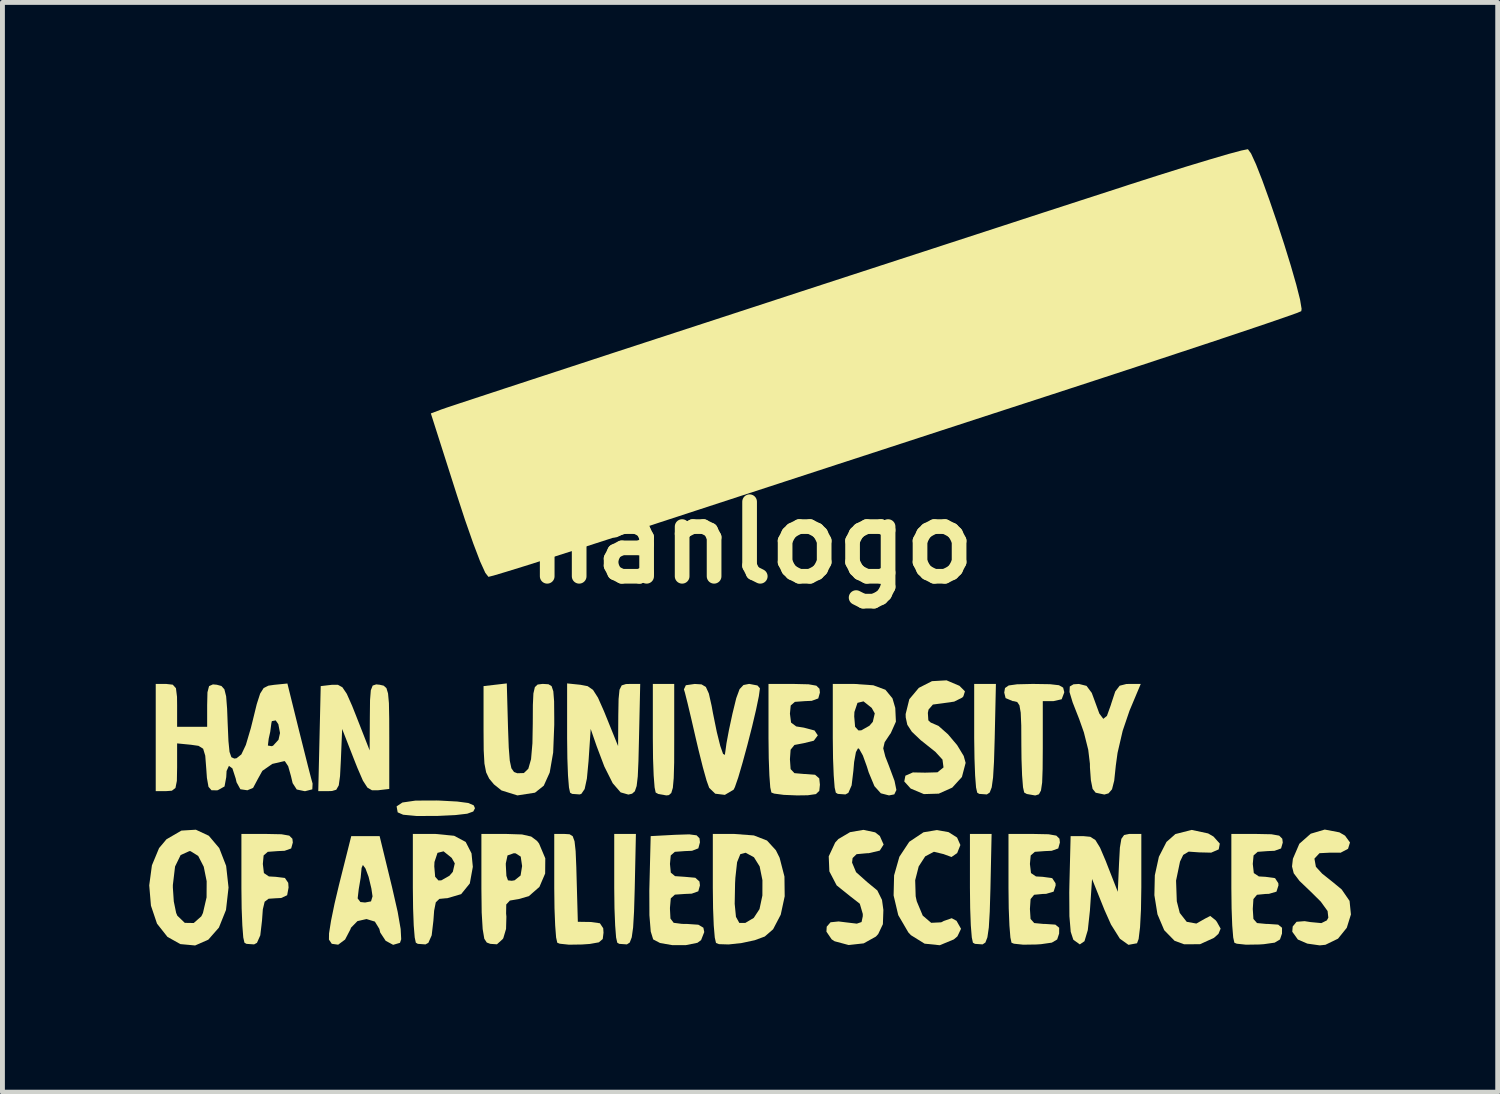
<source format=kicad_pcb>
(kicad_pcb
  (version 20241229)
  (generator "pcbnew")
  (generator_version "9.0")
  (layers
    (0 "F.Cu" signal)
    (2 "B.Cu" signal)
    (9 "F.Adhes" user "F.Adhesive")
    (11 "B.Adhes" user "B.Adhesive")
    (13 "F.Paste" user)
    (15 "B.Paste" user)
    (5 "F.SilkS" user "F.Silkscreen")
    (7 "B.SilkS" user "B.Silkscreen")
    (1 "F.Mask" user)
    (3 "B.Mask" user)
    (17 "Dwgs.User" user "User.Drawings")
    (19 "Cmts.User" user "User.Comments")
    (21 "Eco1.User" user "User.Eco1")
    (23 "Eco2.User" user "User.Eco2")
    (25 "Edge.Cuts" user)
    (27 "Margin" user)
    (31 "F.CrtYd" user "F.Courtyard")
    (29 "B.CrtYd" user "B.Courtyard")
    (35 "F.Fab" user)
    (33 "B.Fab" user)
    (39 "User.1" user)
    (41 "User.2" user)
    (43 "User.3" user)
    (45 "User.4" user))
  (footprint "hanlogo"
    (layer "F.Cu")
    (at 12.307 8.039)
    (property "Reference" "hanlogo" (at 0 0 0) (layer "F.SilkS") (effects (font (size 1.524 1.524) (thickness 0.3))))
    (attr board_only exclude_from_pos_files exclude_from_bom)
    (fp_poly (pts (xy -2.384 7.072) (xy -2.398 7.543) (xy -2.417 7.867) (xy -2.445 8.068) (xy -2.486 8.175) (xy -2.544 8.213) (xy -2.7 8.202) (xy -2.741 8.178) (xy -2.765 8.071) (xy -2.784 7.825) (xy -2.798 7.476) (xy -2.803 7.06) (xy -2.803 7.036) (xy -2.803 5.956) (xy -2.36 5.956)) (stroke (width 0) (type solid)) (fill yes) (layer "F.SilkS"))
    (fp_poly (pts (xy 4.886 7.072) (xy 4.872 7.543) (xy 4.853 7.867) (xy 4.824 8.068) (xy 4.783 8.175) (xy 4.725 8.213) (xy 4.57 8.202) (xy 4.528 8.178) (xy 4.505 8.071) (xy 4.485 7.825) (xy 4.472 7.476) (xy 4.467 7.06) (xy 4.467 7.036) (xy 4.467 5.956) (xy 4.91 5.956)) (stroke (width 0) (type solid)) (fill yes) (layer "F.SilkS"))
    (fp_poly (pts (xy 4.973 4.006) (xy 4.959 4.478) (xy 4.94 4.801) (xy 4.912 5.003) (xy 4.871 5.109) (xy 4.813 5.148) (xy 4.657 5.137) (xy 4.616 5.112) (xy 4.592 5.006) (xy 4.573 4.76) (xy 4.56 4.411) (xy 4.554 3.995) (xy 4.554 3.971) (xy 4.554 2.89) (xy 4.998 2.89)) (stroke (width 0) (type solid)) (fill yes) (layer "F.SilkS"))
    (fp_poly (pts (xy -6.386 5.273) (xy -6.013 5.293) (xy -5.786 5.323) (xy -5.675 5.371) (xy -5.649 5.43) (xy -5.684 5.497) (xy -5.808 5.542) (xy -6.05 5.57) (xy -6.408 5.587) (xy -6.84 5.589) (xy -7.117 5.563) (xy -7.229 5.514) (xy -7.251 5.392) (xy -7.132 5.313) (xy -6.864 5.274) (xy -6.434 5.272)) (stroke (width 0) (type solid)) (fill yes) (layer "F.SilkS"))
    (fp_poly (pts (xy -1.577 4.029) (xy -1.578 4.495) (xy -1.587 4.814) (xy -1.605 5.013) (xy -1.637 5.119) (xy -1.688 5.162) (xy -1.737 5.168) (xy -1.904 5.139) (xy -1.956 5.109) (xy -1.978 5.004) (xy -1.997 4.759) (xy -2.01 4.411) (xy -2.014 3.995) (xy -2.014 3.971) (xy -2.014 2.89) (xy -1.577 2.89)) (stroke (width 0) (type solid)) (fill yes) (layer "F.SilkS"))
    (fp_poly (pts (xy -3.716 5.962) (xy -3.652 6.001) (xy -3.614 6.106) (xy -3.592 6.306) (xy -3.578 6.635) (xy -3.572 6.854) (xy -3.547 7.751) (xy -3.284 7.755) (xy -3.096 7.781) (xy -3.028 7.883) (xy -3.022 7.974) (xy -3.038 8.103) (xy -3.117 8.171) (xy -3.303 8.204) (xy -3.463 8.215) (xy -3.728 8.219) (xy -3.917 8.199) (xy -3.967 8.179) (xy -3.991 8.072) (xy -4.01 7.826) (xy -4.024 7.476) (xy -4.029 7.06) (xy -4.029 7.036) (xy -4.029 5.956) (xy -3.813 5.956)) (stroke (width 0) (type solid)) (fill yes) (layer "F.SilkS"))
    (fp_poly (pts (xy 9.335 5.945) (xy 9.444 6.008) (xy 9.574 6.153) (xy 9.552 6.271) (xy 9.398 6.338) (xy 9.149 6.332) (xy 8.938 6.317) (xy 8.826 6.384) (xy 8.761 6.52) (xy 8.68 6.909) (xy 8.695 7.332) (xy 8.756 7.571) (xy 8.898 7.752) (xy 9.095 7.787) (xy 9.273 7.686) (xy 9.378 7.631) (xy 9.488 7.719) (xy 9.513 7.751) (xy 9.591 7.891) (xy 9.546 7.998) (xy 9.454 8.08) (xy 9.17 8.209) (xy 8.845 8.211) (xy 8.649 8.139) (xy 8.438 7.923) (xy 8.3 7.598) (xy 8.237 7.208) (xy 8.246 6.801) (xy 8.329 6.422) (xy 8.484 6.119) (xy 8.666 5.958) (xy 8.999 5.873)) (stroke (width 0) (type solid)) (fill yes) (layer "F.SilkS"))
    (fp_poly (pts (xy 4.031 5.919) (xy 4.204 6.029) (xy 4.272 6.182) (xy 4.206 6.347) (xy 4.09 6.427) (xy 3.937 6.371) (xy 3.934 6.369) (xy 3.731 6.32) (xy 3.553 6.414) (xy 3.42 6.619) (xy 3.348 6.901) (xy 3.358 7.23) (xy 3.38 7.332) (xy 3.502 7.624) (xy 3.675 7.772) (xy 3.879 7.762) (xy 3.93 7.735) (xy 4.095 7.678) (xy 4.193 7.731) (xy 4.285 7.894) (xy 4.211 8.049) (xy 4.138 8.111) (xy 3.851 8.23) (xy 3.54 8.198) (xy 3.26 8.024) (xy 3.208 7.968) (xy 3.002 7.615) (xy 2.907 7.213) (xy 2.917 6.802) (xy 3.025 6.422) (xy 3.227 6.116) (xy 3.514 5.924) (xy 3.522 5.921) (xy 3.792 5.876)) (stroke (width 0) (type solid)) (fill yes) (layer "F.SilkS"))
    (fp_poly (pts (xy 6.103 2.895) (xy 6.287 2.916) (xy 6.372 2.965) (xy 6.394 3.052) (xy 6.394 3.066) (xy 6.342 3.203) (xy 6.175 3.241) (xy 5.956 3.241) (xy 5.956 4.204) (xy 5.953 4.627) (xy 5.943 4.905) (xy 5.919 5.068) (xy 5.877 5.145) (xy 5.811 5.167) (xy 5.795 5.168) (xy 5.629 5.139) (xy 5.576 5.109) (xy 5.552 5.002) (xy 5.533 4.76) (xy 5.521 4.422) (xy 5.518 4.146) (xy 5.516 3.739) (xy 5.505 3.477) (xy 5.479 3.327) (xy 5.433 3.259) (xy 5.361 3.241) (xy 5.343 3.241) (xy 5.196 3.179) (xy 5.168 3.066) (xy 5.184 2.973) (xy 5.259 2.921) (xy 5.429 2.897) (xy 5.732 2.89) (xy 5.781 2.89)) (stroke (width 0) (type solid)) (fill yes) (layer "F.SilkS"))
    (fp_poly (pts (xy 7.728 3.438) (xy 7.589 3.847) (xy 7.484 4.299) (xy 7.449 4.554) (xy 7.416 4.866) (xy 7.371 5.043) (xy 7.3 5.126) (xy 7.215 5.15) (xy 7.037 5.113) (xy 6.974 5.034) (xy 6.939 4.858) (xy 6.92 4.597) (xy 6.919 4.519) (xy 6.885 4.235) (xy 6.796 3.88) (xy 6.7 3.608) (xy 6.566 3.266) (xy 6.502 3.054) (xy 6.508 2.942) (xy 6.584 2.897) (xy 6.694 2.89) (xy 6.85 2.929) (xy 6.957 3.073) (xy 7.011 3.219) (xy 7.112 3.495) (xy 7.193 3.603) (xy 7.267 3.543) (xy 7.347 3.32) (xy 7.356 3.289) (xy 7.437 3.044) (xy 7.527 2.926) (xy 7.664 2.891) (xy 7.713 2.89) (xy 7.958 2.89)) (stroke (width 0) (type solid)) (fill yes) (layer "F.SilkS"))
    (fp_poly (pts (xy -9.604 5.962) (xy -9.445 5.99) (xy -9.381 6.053) (xy -9.372 6.131) (xy -9.406 6.252) (xy -9.54 6.3) (xy -9.678 6.306) (xy -9.884 6.321) (xy -9.969 6.395) (xy -9.985 6.569) (xy -9.963 6.755) (xy -9.861 6.824) (xy -9.722 6.832) (xy -9.534 6.855) (xy -9.466 6.955) (xy -9.459 7.051) (xy -9.488 7.208) (xy -9.611 7.265) (xy -9.717 7.27) (xy -9.868 7.28) (xy -9.948 7.341) (xy -9.985 7.496) (xy -10.002 7.729) (xy -10.037 8.028) (xy -10.105 8.181) (xy -10.164 8.213) (xy -10.32 8.202) (xy -10.361 8.178) (xy -10.385 8.071) (xy -10.404 7.825) (xy -10.418 7.476) (xy -10.423 7.06) (xy -10.423 7.036) (xy -10.423 5.956) (xy -9.897 5.956)) (stroke (width 0) (type solid)) (fill yes) (layer "F.SilkS"))
    (fp_poly (pts (xy -7.598 2.906) (xy -7.515 2.925) (xy -7.459 2.975) (xy -7.426 3.084) (xy -7.408 3.284) (xy -7.402 3.603) (xy -7.401 3.985) (xy -7.401 5.036) (xy -7.632 5.063) (xy -7.754 5.063) (xy -7.848 5.008) (xy -7.939 4.867) (xy -8.052 4.606) (xy -8.114 4.45) (xy -8.364 3.81) (xy -8.39 4.445) (xy -8.407 4.772) (xy -8.433 4.962) (xy -8.484 5.052) (xy -8.572 5.078) (xy -8.634 5.08) (xy -8.852 5.08) (xy -8.802 2.934) (xy -8.57 2.907) (xy -8.451 2.907) (xy -8.359 2.958) (xy -8.269 3.092) (xy -8.159 3.34) (xy -8.07 3.564) (xy -7.802 4.248) (xy -7.798 3.563) (xy -7.794 3.221) (xy -7.778 3.019) (xy -7.74 2.923) (xy -7.668 2.899)) (stroke (width 0) (type solid)) (fill yes) (layer "F.SilkS"))
    (fp_poly (pts (xy 7.97 7.046) (xy 7.963 7.5) (xy 7.944 7.862) (xy 7.915 8.102) (xy 7.882 8.19) (xy 7.707 8.222) (xy 7.532 8.097) (xy 7.35 7.807) (xy 7.217 7.509) (xy 6.963 6.876) (xy 6.919 7.526) (xy 6.876 7.921) (xy 6.808 8.148) (xy 6.713 8.213) (xy 6.586 8.122) (xy 6.579 8.114) (xy 6.527 7.956) (xy 6.5 7.636) (xy 6.497 7.148) (xy 6.5 6.994) (xy 6.525 6) (xy 6.784 6) (xy 6.927 6.014) (xy 7.031 6.08) (xy 7.126 6.235) (xy 7.245 6.514) (xy 7.266 6.569) (xy 7.489 7.138) (xy 7.515 6.547) (xy 7.532 6.234) (xy 7.562 6.056) (xy 7.618 5.977) (xy 7.718 5.956) (xy 7.755 5.956) (xy 7.97 5.956)) (stroke (width 0) (type solid)) (fill yes) (layer "F.SilkS"))
    (fp_poly (pts (xy -11.089 5.993) (xy -10.876 6.245) (xy -10.735 6.608) (xy -10.686 7.051) (xy -10.738 7.509) (xy -10.883 7.87) (xy -11.1 8.117) (xy -11.369 8.235) (xy -11.671 8.207) (xy -11.935 8.059) (xy -12.148 7.789) (xy -12.272 7.421) (xy -12.303 7.051) (xy -11.824 7.051) (xy -11.805 7.335) (xy -11.757 7.569) (xy -11.733 7.626) (xy -11.58 7.773) (xy -11.397 7.776) (xy -11.242 7.639) (xy -11.209 7.571) (xy -11.135 7.252) (xy -11.133 6.922) (xy -11.193 6.625) (xy -11.306 6.405) (xy -11.462 6.308) (xy -11.485 6.306) (xy -11.665 6.387) (xy -11.779 6.621) (xy -11.824 7) (xy -11.824 7.051) (xy -12.303 7.051) (xy -12.307 7.006) (xy -12.252 6.597) (xy -12.106 6.245) (xy -11.955 6.065) (xy -11.649 5.887) (xy -11.354 5.869)) (stroke (width 0) (type solid)) (fill yes) (layer "F.SilkS"))
    (fp_poly (pts (xy -6.076 5.993) (xy -5.839 6.119) (xy -5.72 6.352) (xy -5.693 6.628) (xy -5.755 6.968) (xy -5.932 7.186) (xy -6.215 7.269) (xy -6.243 7.27) (xy -6.377 7.283) (xy -6.45 7.353) (xy -6.484 7.524) (xy -6.499 7.729) (xy -6.534 8.028) (xy -6.602 8.181) (xy -6.661 8.213) (xy -6.817 8.202) (xy -6.858 8.178) (xy -6.881 8.071) (xy -6.901 7.825) (xy -6.914 7.476) (xy -6.919 7.06) (xy -6.919 7.036) (xy -6.919 6.619) (xy -6.481 6.619) (xy -6.463 6.831) (xy -6.396 6.906) (xy -6.337 6.904) (xy -6.171 6.81) (xy -6.102 6.73) (xy -6.062 6.557) (xy -6.125 6.445) (xy -6.291 6.311) (xy -6.415 6.342) (xy -6.477 6.529) (xy -6.481 6.619) (xy -6.919 6.619) (xy -6.919 5.956) (xy -6.451 5.956)) (stroke (width 0) (type solid)) (fill yes) (layer "F.SilkS"))
    (fp_poly (pts (xy 4.253 2.928) (xy 4.365 3.041) (xy 4.333 3.143) (xy 4.309 3.169) (xy 4.145 3.251) (xy 3.915 3.284) (xy 3.71 3.311) (xy 3.621 3.414) (xy 3.607 3.482) (xy 3.617 3.634) (xy 3.666 3.679) (xy 3.824 3.747) (xy 4.019 3.919) (xy 4.206 4.141) (xy 4.34 4.362) (xy 4.379 4.503) (xy 4.303 4.792) (xy 4.105 5.009) (xy 3.83 5.132) (xy 3.525 5.141) (xy 3.256 5.028) (xy 3.125 4.883) (xy 3.148 4.765) (xy 3.301 4.698) (xy 3.551 4.703) (xy 3.803 4.696) (xy 3.927 4.596) (xy 3.906 4.436) (xy 3.759 4.276) (xy 3.461 4.039) (xy 3.28 3.867) (xy 3.187 3.724) (xy 3.155 3.575) (xy 3.153 3.506) (xy 3.228 3.202) (xy 3.422 2.97) (xy 3.691 2.833) (xy 3.989 2.816)) (stroke (width 0) (type solid)) (fill yes) (layer "F.SilkS"))
    (fp_poly (pts (xy 12.018 5.923) (xy 12.133 5.99) (xy 12.235 6.13) (xy 12.195 6.259) (xy 12.044 6.339) (xy 11.829 6.338) (xy 11.611 6.349) (xy 11.508 6.46) (xy 11.538 6.627) (xy 11.666 6.767) (xy 11.896 6.95) (xy 12.065 7.09) (xy 12.226 7.324) (xy 12.254 7.601) (xy 12.169 7.874) (xy 11.99 8.096) (xy 11.733 8.221) (xy 11.616 8.233) (xy 11.363 8.197) (xy 11.17 8.114) (xy 11.055 7.954) (xy 11.064 7.847) (xy 11.143 7.751) (xy 11.308 7.738) (xy 11.428 7.757) (xy 11.65 7.778) (xy 11.762 7.722) (xy 11.792 7.666) (xy 11.777 7.531) (xy 11.637 7.338) (xy 11.431 7.134) (xy 11.203 6.916) (xy 11.085 6.76) (xy 11.05 6.62) (xy 11.068 6.463) (xy 11.2 6.156) (xy 11.432 5.951) (xy 11.719 5.866)) (stroke (width 0) (type solid)) (fill yes) (layer "F.SilkS"))
    (fp_poly (pts (xy -4.974 3.782) (xy -4.959 4.191) (xy -4.938 4.458) (xy -4.905 4.613) (xy -4.852 4.689) (xy -4.784 4.715) (xy -4.65 4.711) (xy -4.559 4.623) (xy -4.503 4.428) (xy -4.475 4.101) (xy -4.468 3.701) (xy -4.466 3.321) (xy -4.455 3.084) (xy -4.425 2.955) (xy -4.369 2.902) (xy -4.276 2.89) (xy -4.248 2.89) (xy -4.147 2.896) (xy -4.083 2.935) (xy -4.048 3.04) (xy -4.032 3.244) (xy -4.029 3.579) (xy -4.029 3.727) (xy -4.051 4.291) (xy -4.122 4.701) (xy -4.243 4.969) (xy -4.421 5.111) (xy -4.427 5.113) (xy -4.782 5.168) (xy -5.108 5.066) (xy -5.262 4.942) (xy -5.359 4.825) (xy -5.421 4.697) (xy -5.456 4.517) (xy -5.471 4.243) (xy -5.474 3.837) (xy -5.474 3.825) (xy -5.474 2.934) (xy -4.999 2.879)) (stroke (width 0) (type solid)) (fill yes) (layer "F.SilkS"))
    (fp_poly (pts (xy -3.493 2.907) (xy -3.347 2.935) (xy -3.237 3.011) (xy -3.136 3.169) (xy -3.013 3.446) (xy -2.972 3.547) (xy -2.724 4.16) (xy -2.72 3.525) (xy -2.714 3.198) (xy -2.695 3.008) (xy -2.65 2.919) (xy -2.563 2.892) (xy -2.494 2.89) (xy -2.272 2.89) (xy -2.297 4.007) (xy -2.308 4.467) (xy -2.322 4.78) (xy -2.345 4.976) (xy -2.382 5.084) (xy -2.438 5.133) (xy -2.514 5.151) (xy -2.672 5.106) (xy -2.834 4.919) (xy -3.005 4.578) (xy -3.163 4.16) (xy -3.284 3.81) (xy -3.328 4.466) (xy -3.362 4.825) (xy -3.408 5.038) (xy -3.474 5.135) (xy -3.508 5.148) (xy -3.663 5.137) (xy -3.705 5.112) (xy -3.728 5.006) (xy -3.748 4.76) (xy -3.761 4.411) (xy -3.766 3.994) (xy -3.766 3.965) (xy -3.766 2.879)) (stroke (width 0) (type solid)) (fill yes) (layer "F.SilkS"))
    (fp_poly (pts (xy 2.53 5.923) (xy 2.625 5.997) (xy 2.703 6.172) (xy 2.624 6.296) (xy 2.399 6.349) (xy 2.357 6.35) (xy 2.151 6.369) (xy 2.069 6.448) (xy 2.058 6.541) (xy 2.14 6.737) (xy 2.365 6.938) (xy 2.574 7.11) (xy 2.67 7.304) (xy 2.698 7.509) (xy 2.688 7.8) (xy 2.592 8.002) (xy 2.545 8.053) (xy 2.296 8.192) (xy 1.988 8.226) (xy 1.701 8.149) (xy 1.641 8.11) (xy 1.534 7.953) (xy 1.54 7.851) (xy 1.618 7.761) (xy 1.783 7.744) (xy 1.936 7.763) (xy 2.155 7.789) (xy 2.252 7.756) (xy 2.277 7.638) (xy 2.277 7.59) (xy 2.216 7.382) (xy 2.017 7.227) (xy 1.743 7.007) (xy 1.594 6.721) (xy 1.581 6.414) (xy 1.713 6.131) (xy 1.779 6.059) (xy 2.017 5.919) (xy 2.29 5.872)) (stroke (width 0) (type solid)) (fill yes) (layer "F.SilkS"))
    (fp_poly (pts (xy -7.344 7.044) (xy -7.229 7.548) (xy -7.168 7.899) (xy -7.157 8.108) (xy -7.182 8.181) (xy -7.322 8.222) (xy -7.475 8.139) (xy -7.586 7.97) (xy -7.604 7.896) (xy -7.695 7.747) (xy -7.866 7.695) (xy -8.051 7.737) (xy -8.183 7.872) (xy -8.195 7.905) (xy -8.304 8.114) (xy -8.445 8.219) (xy -8.576 8.201) (xy -8.634 8.115) (xy -8.632 7.988) (xy -8.591 7.729) (xy -8.519 7.379) (xy -8.494 7.273) (xy -8.047 7.273) (xy -7.991 7.347) (xy -7.896 7.357) (xy -7.774 7.334) (xy -7.743 7.231) (xy -7.766 7.073) (xy -7.823 6.833) (xy -7.887 6.662) (xy -7.94 6.59) (xy -7.967 6.651) (xy -7.968 6.668) (xy -7.986 6.854) (xy -8.025 7.084) (xy -8.047 7.273) (xy -8.494 7.273) (xy -8.429 6.999) (xy -8.178 6) (xy -7.598 6)) (stroke (width 0) (type solid)) (fill yes) (layer "F.SilkS"))
    (fp_poly (pts (xy 0.051 5.986) (xy 0.319 6.09) (xy 0.501 6.289) (xy 0.577 6.442) (xy 0.676 6.826) (xy 0.681 7.23) (xy 0.6 7.606) (xy 0.444 7.904) (xy 0.274 8.052) (xy 0.068 8.128) (xy -0.199 8.185) (xy -0.464 8.214) (xy -0.662 8.208) (xy -0.723 8.183) (xy -0.748 8.074) (xy -0.769 7.827) (xy -0.783 7.476) (xy -0.784 7.384) (xy -0.341 7.384) (xy -0.315 7.65) (xy -0.246 7.775) (xy -0.125 7.775) (xy 0.049 7.671) (xy 0.166 7.492) (xy 0.225 7.214) (xy 0.226 6.901) (xy 0.169 6.619) (xy 0.054 6.434) (xy 0.047 6.429) (xy -0.117 6.34) (xy -0.226 6.369) (xy -0.292 6.533) (xy -0.327 6.851) (xy -0.333 6.961) (xy -0.341 7.384) (xy -0.784 7.384) (xy -0.788 7.059) (xy -0.788 7.036) (xy -0.788 5.956) (xy -0.345 5.956)) (stroke (width 0) (type solid)) (fill yes) (layer "F.SilkS"))
    (fp_poly (pts (xy -4.688 5.966) (xy -4.5 6.009) (xy -4.381 6.098) (xy -4.34 6.151) (xy -4.212 6.454) (xy -4.215 6.765) (xy -4.332 7.038) (xy -4.548 7.227) (xy -4.753 7.286) (xy -4.936 7.317) (xy -5.01 7.397) (xy -5.013 7.582) (xy -5.007 7.646) (xy -5.014 7.897) (xy -5.07 8.086) (xy -5.084 8.106) (xy -5.2 8.211) (xy -5.336 8.202) (xy -5.408 8.175) (xy -5.459 8.097) (xy -5.492 7.899) (xy -5.512 7.562) (xy -5.518 7.069) (xy -5.518 7.043) (xy -5.518 6.556) (xy -5.019 6.556) (xy -5.019 6.591) (xy -5.007 6.812) (xy -4.975 6.904) (xy -4.897 6.913) (xy -4.839 6.903) (xy -4.717 6.805) (xy -4.686 6.612) (xy -4.714 6.419) (xy -4.818 6.352) (xy -4.857 6.35) (xy -4.984 6.395) (xy -5.019 6.556) (xy -5.518 6.556) (xy -5.518 5.956) (xy -4.997 5.956)) (stroke (width 0) (type solid)) (fill yes) (layer "F.SilkS"))
    (fp_poly (pts (xy 1.169 2.897) (xy 1.328 2.925) (xy 1.392 2.988) (xy 1.401 3.066) (xy 1.367 3.186) (xy 1.233 3.235) (xy 1.095 3.241) (xy 0.889 3.256) (xy 0.804 3.33) (xy 0.788 3.498) (xy 0.811 3.679) (xy 0.916 3.758) (xy 1.073 3.783) (xy 1.291 3.841) (xy 1.358 3.941) (xy 1.276 4.05) (xy 1.073 4.1) (xy 0.88 4.137) (xy 0.802 4.234) (xy 0.788 4.429) (xy 0.802 4.63) (xy 0.88 4.713) (xy 1.075 4.73) (xy 1.095 4.73) (xy 1.302 4.746) (xy 1.387 4.82) (xy 1.401 4.949) (xy 1.388 5.075) (xy 1.32 5.141) (xy 1.154 5.165) (xy 0.934 5.168) (xy 0.662 5.157) (xy 0.466 5.131) (xy 0.409 5.109) (xy 0.386 5.004) (xy 0.368 4.759) (xy 0.355 4.411) (xy 0.35 3.995) (xy 0.35 3.971) (xy 0.35 2.89) (xy 0.876 2.89)) (stroke (width 0) (type solid)) (fill yes) (layer "F.SilkS"))
    (fp_poly (pts (xy -1.119 5.984) (xy -1.06 6.045) (xy -1.051 6.127) (xy -1.084 6.25) (xy -1.213 6.3) (xy -1.358 6.306) (xy -1.564 6.321) (xy -1.648 6.395) (xy -1.664 6.569) (xy -1.647 6.746) (xy -1.56 6.818) (xy -1.358 6.832) (xy -1.146 6.851) (xy -1.061 6.928) (xy -1.051 7.007) (xy -1.085 7.128) (xy -1.219 7.176) (xy -1.358 7.182) (xy -1.563 7.196) (xy -1.647 7.272) (xy -1.664 7.465) (xy -1.664 7.489) (xy -1.654 7.685) (xy -1.588 7.772) (xy -1.417 7.794) (xy -1.314 7.795) (xy -1.083 7.811) (xy -0.981 7.872) (xy -0.963 7.961) (xy -1.028 8.126) (xy -1.102 8.18) (xy -1.339 8.228) (xy -1.618 8.228) (xy -1.866 8.185) (xy -2.007 8.111) (xy -2.057 7.949) (xy -2.084 7.617) (xy -2.086 7.116) (xy -2.083 6.994) (xy -2.058 6) (xy -1.555 5.973) (xy -1.27 5.964)) (stroke (width 0) (type solid)) (fill yes) (layer "F.SilkS"))
    (fp_poly (pts (xy 0.124 2.921) (xy 0.175 2.979) (xy 0.153 3.14) (xy 0.096 3.416) (xy 0.014 3.764) (xy -0.082 4.139) (xy -0.18 4.499) (xy -0.268 4.8) (xy -0.337 4.999) (xy -0.363 5.051) (xy -0.542 5.157) (xy -0.739 5.133) (xy -0.862 5.014) (xy -0.915 4.867) (xy -0.992 4.592) (xy -1.081 4.236) (xy -1.14 3.985) (xy -1.227 3.607) (xy -1.303 3.287) (xy -1.358 3.069) (xy -1.379 3) (xy -1.339 2.916) (xy -1.158 2.89) (xy -1.018 2.899) (xy -0.93 2.952) (xy -0.869 3.086) (xy -0.812 3.339) (xy -0.786 3.482) (xy -0.707 3.871) (xy -0.636 4.156) (xy -0.579 4.319) (xy -0.542 4.34) (xy -0.531 4.265) (xy -0.509 4.103) (xy -0.458 3.83) (xy -0.388 3.504) (xy -0.387 3.499) (xy -0.309 3.18) (xy -0.241 2.996) (xy -0.162 2.912) (xy -0.052 2.89) (xy -0.037 2.89)) (stroke (width 0) (type solid)) (fill yes) (layer "F.SilkS"))
    (fp_poly (pts (xy 6.074 5.962) (xy 6.233 5.99) (xy 6.297 6.053) (xy 6.306 6.131) (xy 6.272 6.252) (xy 6.138 6.3) (xy 6 6.306) (xy 5.794 6.321) (xy 5.709 6.395) (xy 5.693 6.569) (xy 5.715 6.755) (xy 5.817 6.824) (xy 5.956 6.832) (xy 6.148 6.859) (xy 6.216 6.962) (xy 6.219 7.007) (xy 6.177 7.135) (xy 6.024 7.18) (xy 5.956 7.182) (xy 5.779 7.199) (xy 5.707 7.286) (xy 5.693 7.489) (xy 5.706 7.693) (xy 5.781 7.777) (xy 5.971 7.795) (xy 6.006 7.795) (xy 6.213 7.809) (xy 6.291 7.873) (xy 6.29 7.992) (xy 6.25 8.112) (xy 6.141 8.177) (xy 5.918 8.209) (xy 5.821 8.215) (xy 5.556 8.219) (xy 5.367 8.199) (xy 5.317 8.179) (xy 5.294 8.072) (xy 5.274 7.826) (xy 5.26 7.476) (xy 5.255 7.06) (xy 5.255 7.036) (xy 5.255 5.956) (xy 5.781 5.956)) (stroke (width 0) (type solid)) (fill yes) (layer "F.SilkS"))
    (fp_poly (pts (xy 10.629 5.962) (xy 10.787 5.99) (xy 10.851 6.053) (xy 10.861 6.131) (xy 10.826 6.252) (xy 10.693 6.3) (xy 10.554 6.306) (xy 10.348 6.321) (xy 10.264 6.395) (xy 10.248 6.569) (xy 10.269 6.755) (xy 10.372 6.824) (xy 10.51 6.832) (xy 10.703 6.859) (xy 10.77 6.962) (xy 10.773 7.007) (xy 10.732 7.135) (xy 10.578 7.18) (xy 10.51 7.182) (xy 10.334 7.199) (xy 10.261 7.286) (xy 10.248 7.489) (xy 10.261 7.693) (xy 10.335 7.777) (xy 10.525 7.795) (xy 10.56 7.795) (xy 10.767 7.809) (xy 10.846 7.873) (xy 10.845 7.992) (xy 10.804 8.112) (xy 10.696 8.177) (xy 10.472 8.209) (xy 10.376 8.215) (xy 10.11 8.219) (xy 9.921 8.199) (xy 9.872 8.179) (xy 9.848 8.072) (xy 9.828 7.826) (xy 9.815 7.476) (xy 9.81 7.06) (xy 9.81 7.036) (xy 9.81 5.956) (xy 10.335 5.956)) (stroke (width 0) (type solid)) (fill yes) (layer "F.SilkS"))
    (fp_poly (pts (xy 2.492 2.917) (xy 2.74 3.009) (xy 2.884 3.185) (xy 2.941 3.38) (xy 2.954 3.661) (xy 2.849 3.896) (xy 2.825 3.929) (xy 2.724 4.081) (xy 2.695 4.206) (xy 2.738 4.375) (xy 2.809 4.557) (xy 2.926 4.871) (xy 2.964 5.057) (xy 2.921 5.147) (xy 2.813 5.168) (xy 2.646 5.125) (xy 2.515 4.979) (xy 2.398 4.698) (xy 2.36 4.576) (xy 2.279 4.352) (xy 2.204 4.219) (xy 2.18 4.204) (xy 2.137 4.283) (xy 2.1 4.486) (xy 2.085 4.663) (xy 2.049 4.963) (xy 1.982 5.116) (xy 1.923 5.148) (xy 1.767 5.137) (xy 1.726 5.112) (xy 1.702 5.006) (xy 1.683 4.76) (xy 1.669 4.411) (xy 1.664 3.995) (xy 1.664 3.971) (xy 1.664 3.554) (xy 2.102 3.554) (xy 2.12 3.765) (xy 2.188 3.84) (xy 2.246 3.838) (xy 2.413 3.744) (xy 2.482 3.664) (xy 2.522 3.492) (xy 2.459 3.379) (xy 2.292 3.246) (xy 2.169 3.276) (xy 2.106 3.463) (xy 2.102 3.554) (xy 1.664 3.554) (xy 1.664 2.89) (xy 2.108 2.89)) (stroke (width 0) (type solid)) (fill yes) (layer "F.SilkS"))
    (fp_poly (pts (xy 10.15 -8.038) (xy 10.213 -7.951) (xy 10.315 -7.728) (xy 10.444 -7.399) (xy 10.589 -6.997) (xy 10.742 -6.551) (xy 10.891 -6.094) (xy 11.026 -5.657) (xy 11.137 -5.271) (xy 11.214 -4.967) (xy 11.246 -4.776) (xy 11.239 -4.729) (xy 11.145 -4.69) (xy 10.899 -4.603) (xy 10.515 -4.471) (xy 10.008 -4.3) (xy 9.392 -4.094) (xy 8.681 -3.859) (xy 7.89 -3.598) (xy 7.033 -3.317) (xy 6.126 -3.021) (xy 6 -2.98) (xy 4.97 -2.645) (xy 3.897 -2.295) (xy 2.809 -1.94) (xy 1.735 -1.59) (xy 0.7 -1.252) (xy -0.265 -0.937) (xy -1.134 -0.653) (xy -1.88 -0.409) (xy -2.215 -0.299) (xy -2.914 -0.07) (xy -3.563 0.14) (xy -4.142 0.325) (xy -4.631 0.48) (xy -5.013 0.598) (xy -5.267 0.674) (xy -5.374 0.701) (xy -5.374 0.701) (xy -5.438 0.619) (xy -5.544 0.386) (xy -5.685 0.016) (xy -5.856 -0.473) (xy -6.018 -0.969) (xy -6.551 -2.639) (xy -6.339 -2.719) (xy -6.224 -2.759) (xy -5.956 -2.848) (xy -5.549 -2.982) (xy -5.018 -3.157) (xy -4.377 -3.367) (xy -3.639 -3.609) (xy -2.819 -3.878) (xy -1.931 -4.168) (xy -0.988 -4.476) (xy -0.005 -4.797) (xy 1.004 -5.127) (xy 2.025 -5.46) (xy 3.044 -5.792) (xy 4.048 -6.119) (xy 5.021 -6.436) (xy 5.95 -6.739) (xy 6.822 -7.022) (xy 7.621 -7.281) (xy 7.708 -7.31) (xy 8.317 -7.505) (xy 8.875 -7.68) (xy 9.36 -7.827) (xy 9.748 -7.941) (xy 10.017 -8.013) (xy 10.145 -8.039)) (stroke (width 0) (type solid)) (fill yes) (layer "F.SilkS"))
    (fp_poly (pts (xy -9.249 3.827) (xy -9.149 4.225) (xy -9.062 4.571) (xy -8.997 4.822) (xy -8.968 4.927) (xy -8.974 5.044) (xy -9.114 5.08) (xy -9.137 5.08) (xy -9.292 5.047) (xy -9.376 4.917) (xy -9.41 4.773) (xy -9.467 4.571) (xy -9.534 4.47) (xy -9.545 4.467) (xy -9.791 4.524) (xy -9.995 4.666) (xy -10.088 4.834) (xy -10.184 5.014) (xy -10.301 5.063) (xy -10.444 5.042) (xy -10.522 4.9) (xy -10.54 4.822) (xy -10.607 4.616) (xy -10.678 4.564) (xy -10.726 4.669) (xy -10.733 4.795) (xy -10.768 4.985) (xy -10.904 5.061) (xy -10.922 5.064) (xy -11.034 5.063) (xy -11.096 4.992) (xy -11.128 4.81) (xy -11.141 4.626) (xy -11.162 4.356) (xy -11.205 4.214) (xy -11.299 4.155) (xy -11.452 4.133) (xy -11.737 4.105) (xy -11.737 4.593) (xy -11.742 4.871) (xy -11.771 5.016) (xy -11.844 5.072) (xy -11.956 5.08) (xy -12.174 5.08) (xy -12.174 2.89) (xy -11.956 2.89) (xy -11.826 2.905) (xy -11.761 2.977) (xy -11.739 3.153) (xy -11.737 3.328) (xy -11.737 3.766) (xy -11.123 3.766) (xy -11.123 3.322) (xy -11.117 3.061) (xy -11.084 2.934) (xy -11.005 2.899) (xy -10.926 2.906) (xy -10.831 2.932) (xy -10.771 2.999) (xy -10.735 3.143) (xy -10.715 3.4) (xy -10.704 3.691) (xy -10.688 4.057) (xy -10.666 4.278) (xy -10.628 4.387) (xy -10.568 4.415) (xy -10.522 4.408) (xy -10.424 4.33) (xy -10.338 4.149) (xy -9.882 4.149) (xy -9.805 4.162) (xy -9.776 4.152) (xy -9.665 4.031) (xy -9.634 3.893) (xy -9.668 3.712) (xy -9.722 3.635) (xy -9.801 3.65) (xy -9.811 3.695) (xy -9.834 3.869) (xy -9.865 4.008) (xy -9.882 4.149) (xy -10.338 4.149) (xy -10.331 4.133) (xy -10.231 3.795) (xy -10.195 3.651) (xy -10.109 3.301) (xy -10.04 3.087) (xy -9.968 2.973) (xy -9.871 2.925) (xy -9.754 2.908) (xy -9.483 2.881)) (stroke (width 0) (type solid)) (fill yes) (layer "F.SilkS")))
  (gr_rect
    (start -3 -3)
    (end 27.561 19.273)
    (stroke (width 0.1) (type default))
    (fill no)
    (layer "Edge.Cuts")))
</source>
